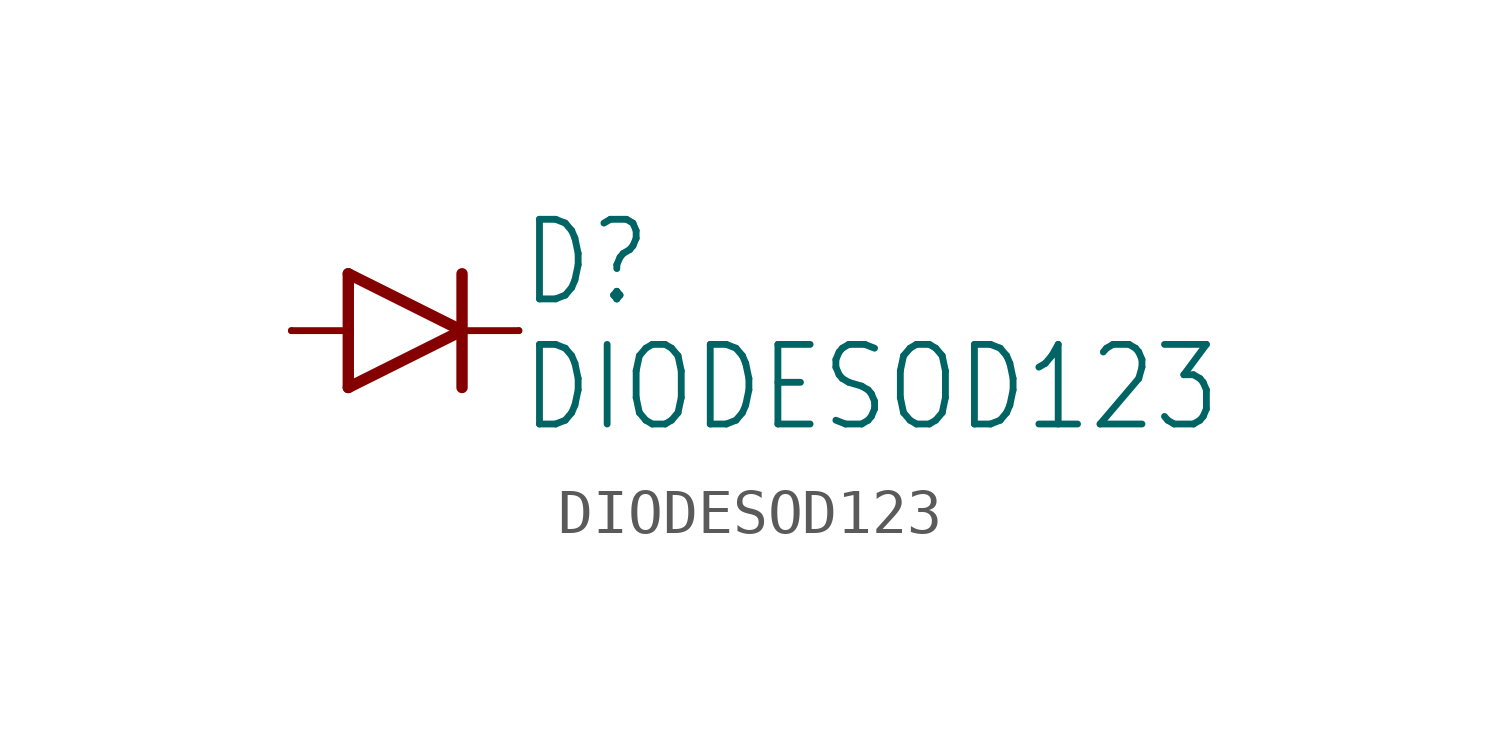
<source format=kicad_sym>
(kicad_symbol_lib
  (version 20220914)
  (generator kicad_symbol_editor)
  (symbol "DIODESOD123"
    (property "Reference" "D"
      (at 2.54 0.483 0)
      (effects (font (size 1.778 1.511)) (justify left bottom)))
    (property "Value" "DIODESOD123"
      (at 2.54 -2.311 0)
      (effects (font (size 1.778 1.511)) (justify left bottom)))
    (property "ki_locked" ""
      (at 0 0 0)
      (effects (font (size 1.27 1.27))))
    (symbol "DIODESOD123_1_0"
      (polyline (pts (xy -2.54 0) (xy -1.27 0)) (stroke (width 0.152) (type default)) (fill (type none)))
      (polyline (pts (xy -1.27 -1.27) (xy 1.27 0)) (stroke (width 0.254) (type default)) (fill (type none)))
      (polyline (pts (xy -1.27 0) (xy -1.27 -1.27)) (stroke (width 0.254) (type default)) (fill (type none)))
      (polyline (pts (xy -1.27 1.27) (xy -1.27 0)) (stroke (width 0.254) (type default)) (fill (type none)))
      (polyline (pts (xy 1.27 0) (xy -1.27 1.27)) (stroke (width 0.254) (type default)) (fill (type none)))
      (polyline (pts (xy 1.27 0) (xy 1.27 -1.27)) (stroke (width 0.254) (type default)) (fill (type none)))
      (polyline (pts (xy 1.27 1.27) (xy 1.27 0)) (stroke (width 0.254) (type default)) (fill (type none)))
      (polyline (pts (xy 2.54 0) (xy 1.27 0)) (stroke (width 0.152) (type default)) (fill (type none)))
      (pin passive line (at -2.54 0 0) (length 0) (name "A" (effects (font (size 0 0)))) (number "A" (effects (font (size 0 0)))))
      (pin passive line (at 2.54 0 180) (length 0) (name "C" (effects (font (size 0 0)))) (number "C" (effects (font (size 0 0))))))))
</source>
